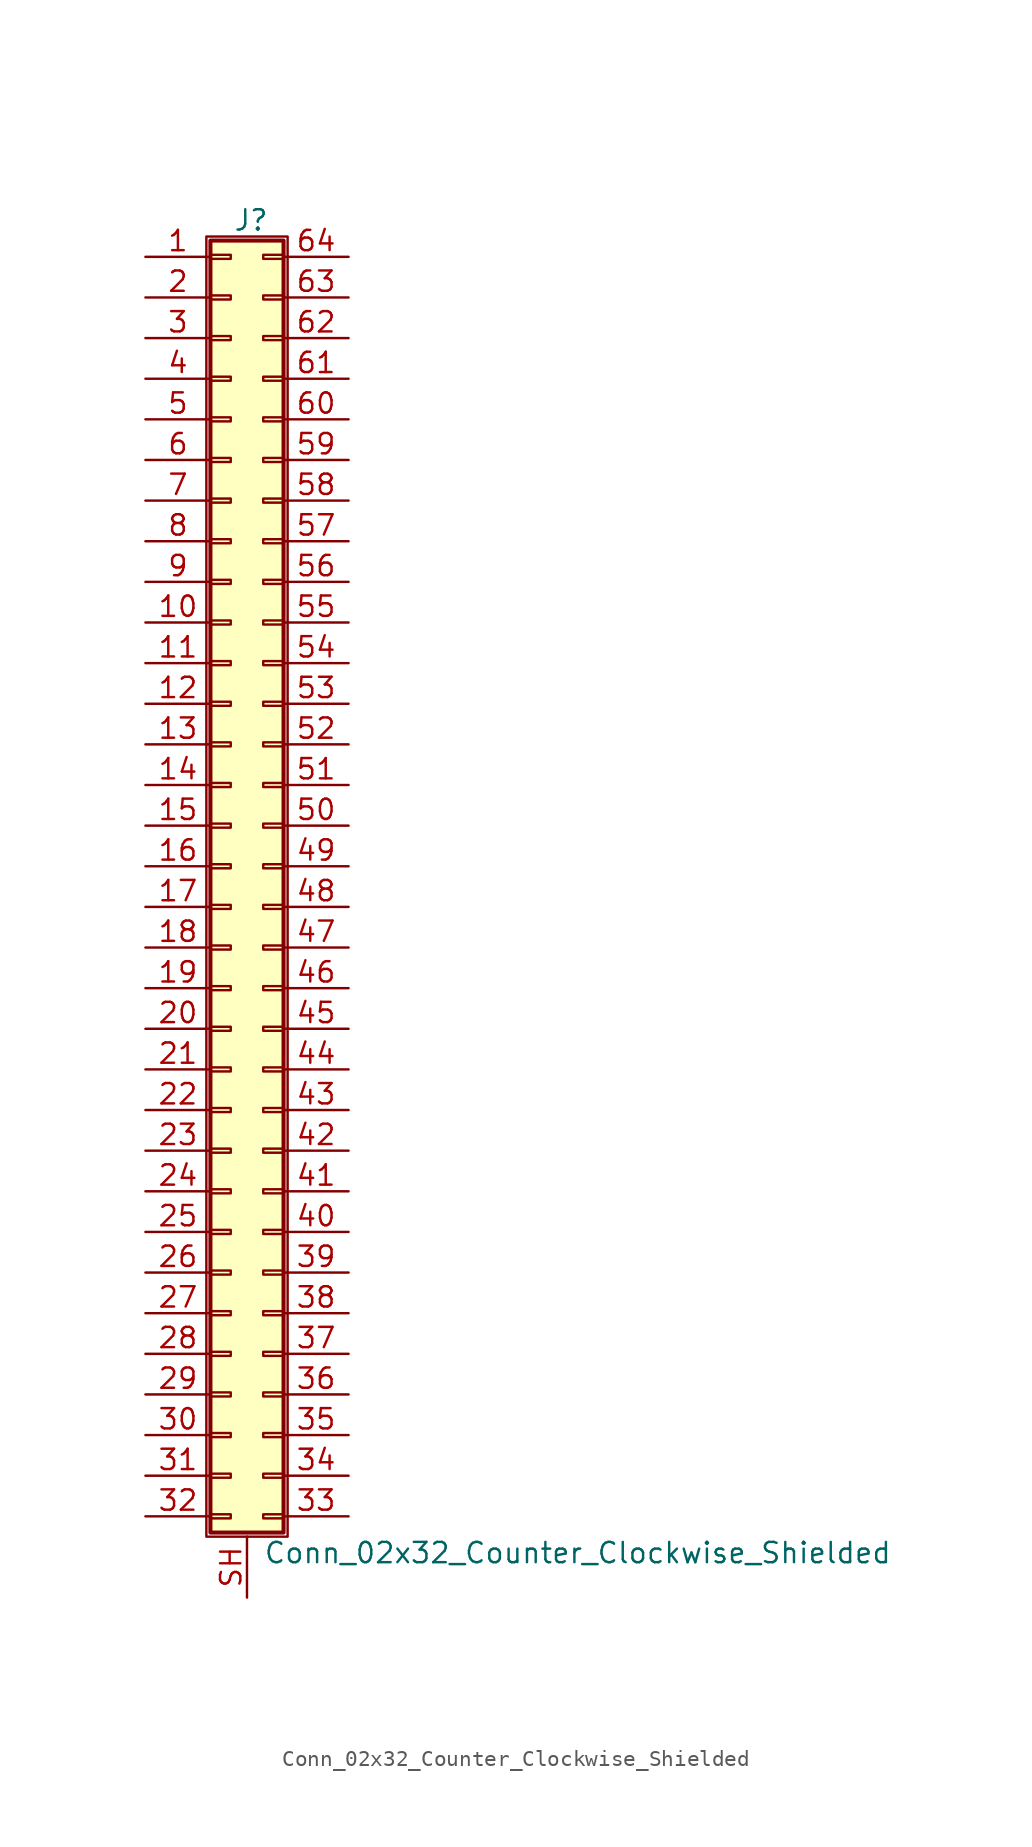
<source format=kicad_sym>
(kicad_symbol_lib
  (version 20201005)
  (generator kicad_symbol_editor)
  (symbol "Connector_Generic_Shielded:Conn_02x32_Counter_Clockwise_Shielded"
    (pin_names
      (offset 1.016) hide)
    (property "Reference" "J"
      (at 1.524 40.386 0)
      (effects (font (size 1.27 1.27))))
    (property "Value" "Conn_02x32_Counter_Clockwise_Shielded"
      (at 2.286 -42.926 0)
      (effects (font (size 1.27 1.27)) (justify left)))
    (symbol "Conn_02x32_Counter_Clockwise_Shielded_1_1"
      (rectangle (start -1.016 -27.813) (end 0.254 -28.067) (stroke (width 0.152)) (fill (type none)))
      (rectangle (start -1.016 -30.353) (end 0.254 -30.607) (stroke (width 0.152)) (fill (type none)))
      (rectangle (start -1.016 -32.893) (end 0.254 -33.147) (stroke (width 0.152)) (fill (type none)))
      (rectangle (start -1.016 -35.433) (end 0.254 -35.687) (stroke (width 0.152)) (fill (type none)))
      (rectangle (start -1.016 -37.973) (end 0.254 -38.227) (stroke (width 0.152)) (fill (type none)))
      (rectangle (start -1.016 -40.513) (end 0.254 -40.767) (stroke (width 0.152)) (fill (type none)))
      (rectangle (start -1.016 -4.953) (end 0.254 -5.207) (stroke (width 0.152)) (fill (type none)))
      (rectangle (start -1.016 -7.493) (end 0.254 -7.747) (stroke (width 0.152)) (fill (type none)))
      (rectangle (start -1.016 -10.033) (end 0.254 -10.287) (stroke (width 0.152)) (fill (type none)))
      (rectangle (start -1.016 -12.573) (end 0.254 -12.827) (stroke (width 0.152)) (fill (type none)))
      (rectangle (start -1.016 -15.113) (end 0.254 -15.367) (stroke (width 0.152)) (fill (type none)))
      (rectangle (start -1.016 -17.653) (end 0.254 -17.907) (stroke (width 0.152)) (fill (type none)))
      (rectangle (start -1.016 -20.193) (end 0.254 -20.447) (stroke (width 0.152)) (fill (type none)))
      (rectangle (start -1.016 -22.733) (end 0.254 -22.987) (stroke (width 0.152)) (fill (type none)))
      (rectangle (start -1.016 -2.413) (end 0.254 -2.667) (stroke (width 0.152)) (fill (type none)))
      (rectangle (start -1.016 -25.273) (end 0.254 -25.527) (stroke (width 0.152)) (fill (type none)))
      (rectangle (start -1.016 25.527) (end 0.254 25.273) (stroke (width 0.152)) (fill (type none)))
      (rectangle (start -1.016 2.667) (end 0.254 2.413) (stroke (width 0.152)) (fill (type none)))
      (rectangle (start -1.016 28.067) (end 0.254 27.813) (stroke (width 0.152)) (fill (type none)))
      (rectangle (start -1.016 30.607) (end 0.254 30.353) (stroke (width 0.152)) (fill (type none)))
      (rectangle (start -1.016 33.147) (end 0.254 32.893) (stroke (width 0.152)) (fill (type none)))
      (rectangle (start -1.016 35.687) (end 0.254 35.433) (stroke (width 0.152)) (fill (type none)))
      (rectangle (start -1.016 38.227) (end 0.254 37.973) (stroke (width 0.152)) (fill (type none)))
      (rectangle (start -1.016 39.116) (end 3.556 -41.656) (stroke (width 0.254)) (fill (type background)))
      (rectangle (start -1.016 5.207) (end 0.254 4.953) (stroke (width 0.152)) (fill (type none)))
      (rectangle (start -1.016 7.747) (end 0.254 7.493) (stroke (width 0.152)) (fill (type none)))
      (rectangle (start -1.016 10.287) (end 0.254 10.033) (stroke (width 0.152)) (fill (type none)))
      (rectangle (start -1.016 0.127) (end 0.254 -0.127) (stroke (width 0.152)) (fill (type none)))
      (rectangle (start -1.016 12.827) (end 0.254 12.573) (stroke (width 0.152)) (fill (type none)))
      (rectangle (start -1.016 15.367) (end 0.254 15.113) (stroke (width 0.152)) (fill (type none)))
      (rectangle (start -1.016 17.907) (end 0.254 17.653) (stroke (width 0.152)) (fill (type none)))
      (rectangle (start -1.016 20.447) (end 0.254 20.193) (stroke (width 0.152)) (fill (type none)))
      (rectangle (start -1.016 22.987) (end 0.254 22.733) (stroke (width 0.152)) (fill (type none)))
      (rectangle (start -1.27 39.37) (end 3.81 -41.91) (stroke (width 0.152)) (fill (type none)))
      (rectangle (start 3.556 -27.813) (end 2.286 -28.067) (stroke (width 0.152)) (fill (type none)))
      (rectangle (start 3.556 -30.353) (end 2.286 -30.607) (stroke (width 0.152)) (fill (type none)))
      (rectangle (start 3.556 -32.893) (end 2.286 -33.147) (stroke (width 0.152)) (fill (type none)))
      (rectangle (start 3.556 -35.433) (end 2.286 -35.687) (stroke (width 0.152)) (fill (type none)))
      (rectangle (start 3.556 -37.973) (end 2.286 -38.227) (stroke (width 0.152)) (fill (type none)))
      (rectangle (start 3.556 -40.513) (end 2.286 -40.767) (stroke (width 0.152)) (fill (type none)))
      (rectangle (start 3.556 -4.953) (end 2.286 -5.207) (stroke (width 0.152)) (fill (type none)))
      (rectangle (start 3.556 -7.493) (end 2.286 -7.747) (stroke (width 0.152)) (fill (type none)))
      (rectangle (start 3.556 -10.033) (end 2.286 -10.287) (stroke (width 0.152)) (fill (type none)))
      (rectangle (start 3.556 -12.573) (end 2.286 -12.827) (stroke (width 0.152)) (fill (type none)))
      (rectangle (start 3.556 -15.113) (end 2.286 -15.367) (stroke (width 0.152)) (fill (type none)))
      (rectangle (start 3.556 -17.653) (end 2.286 -17.907) (stroke (width 0.152)) (fill (type none)))
      (rectangle (start 3.556 -20.193) (end 2.286 -20.447) (stroke (width 0.152)) (fill (type none)))
      (rectangle (start 3.556 -22.733) (end 2.286 -22.987) (stroke (width 0.152)) (fill (type none)))
      (rectangle (start 3.556 -2.413) (end 2.286 -2.667) (stroke (width 0.152)) (fill (type none)))
      (rectangle (start 3.556 -25.273) (end 2.286 -25.527) (stroke (width 0.152)) (fill (type none)))
      (rectangle (start 3.556 25.527) (end 2.286 25.273) (stroke (width 0.152)) (fill (type none)))
      (rectangle (start 3.556 2.667) (end 2.286 2.413) (stroke (width 0.152)) (fill (type none)))
      (rectangle (start 3.556 28.067) (end 2.286 27.813) (stroke (width 0.152)) (fill (type none)))
      (rectangle (start 3.556 30.607) (end 2.286 30.353) (stroke (width 0.152)) (fill (type none)))
      (rectangle (start 3.556 33.147) (end 2.286 32.893) (stroke (width 0.152)) (fill (type none)))
      (rectangle (start 3.556 35.687) (end 2.286 35.433) (stroke (width 0.152)) (fill (type none)))
      (rectangle (start 3.556 38.227) (end 2.286 37.973) (stroke (width 0.152)) (fill (type none)))
      (rectangle (start 3.556 5.207) (end 2.286 4.953) (stroke (width 0.152)) (fill (type none)))
      (rectangle (start 3.556 7.747) (end 2.286 7.493) (stroke (width 0.152)) (fill (type none)))
      (rectangle (start 3.556 10.287) (end 2.286 10.033) (stroke (width 0.152)) (fill (type none)))
      (rectangle (start 3.556 0.127) (end 2.286 -0.127) (stroke (width 0.152)) (fill (type none)))
      (rectangle (start 3.556 12.827) (end 2.286 12.573) (stroke (width 0.152)) (fill (type none)))
      (rectangle (start 3.556 15.367) (end 2.286 15.113) (stroke (width 0.152)) (fill (type none)))
      (rectangle (start 3.556 17.907) (end 2.286 17.653) (stroke (width 0.152)) (fill (type none)))
      (rectangle (start 3.556 20.447) (end 2.286 20.193) (stroke (width 0.152)) (fill (type none)))
      (rectangle (start 3.556 22.987) (end 2.286 22.733) (stroke (width 0.152)) (fill (type none)))
      (pin passive line (at -5.08 38.1 0) (length 4.064) (name "Pin_1" (effects (font (size 1.27 1.27)))) (number "1" (effects (font (size 1.27 1.27)))))
      (pin passive line (at -5.08 15.24 0) (length 4.064) (name "Pin_10" (effects (font (size 1.27 1.27)))) (number "10" (effects (font (size 1.27 1.27)))))
      (pin passive line (at -5.08 12.7 0) (length 4.064) (name "Pin_11" (effects (font (size 1.27 1.27)))) (number "11" (effects (font (size 1.27 1.27)))))
      (pin passive line (at -5.08 10.16 0) (length 4.064) (name "Pin_12" (effects (font (size 1.27 1.27)))) (number "12" (effects (font (size 1.27 1.27)))))
      (pin passive line (at -5.08 7.62 0) (length 4.064) (name "Pin_13" (effects (font (size 1.27 1.27)))) (number "13" (effects (font (size 1.27 1.27)))))
      (pin passive line (at -5.08 5.08 0) (length 4.064) (name "Pin_14" (effects (font (size 1.27 1.27)))) (number "14" (effects (font (size 1.27 1.27)))))
      (pin passive line (at -5.08 2.54 0) (length 4.064) (name "Pin_15" (effects (font (size 1.27 1.27)))) (number "15" (effects (font (size 1.27 1.27)))))
      (pin passive line (at -5.08 0 0) (length 4.064) (name "Pin_16" (effects (font (size 1.27 1.27)))) (number "16" (effects (font (size 1.27 1.27)))))
      (pin passive line (at -5.08 -2.54 0) (length 4.064) (name "Pin_17" (effects (font (size 1.27 1.27)))) (number "17" (effects (font (size 1.27 1.27)))))
      (pin passive line (at -5.08 -5.08 0) (length 4.064) (name "Pin_18" (effects (font (size 1.27 1.27)))) (number "18" (effects (font (size 1.27 1.27)))))
      (pin passive line (at -5.08 -7.62 0) (length 4.064) (name "Pin_19" (effects (font (size 1.27 1.27)))) (number "19" (effects (font (size 1.27 1.27)))))
      (pin passive line (at -5.08 35.56 0) (length 4.064) (name "Pin_2" (effects (font (size 1.27 1.27)))) (number "2" (effects (font (size 1.27 1.27)))))
      (pin passive line (at -5.08 -10.16 0) (length 4.064) (name "Pin_20" (effects (font (size 1.27 1.27)))) (number "20" (effects (font (size 1.27 1.27)))))
      (pin passive line (at -5.08 -12.7 0) (length 4.064) (name "Pin_21" (effects (font (size 1.27 1.27)))) (number "21" (effects (font (size 1.27 1.27)))))
      (pin passive line (at -5.08 -15.24 0) (length 4.064) (name "Pin_22" (effects (font (size 1.27 1.27)))) (number "22" (effects (font (size 1.27 1.27)))))
      (pin passive line (at -5.08 -17.78 0) (length 4.064) (name "Pin_23" (effects (font (size 1.27 1.27)))) (number "23" (effects (font (size 1.27 1.27)))))
      (pin passive line (at -5.08 -20.32 0) (length 4.064) (name "Pin_24" (effects (font (size 1.27 1.27)))) (number "24" (effects (font (size 1.27 1.27)))))
      (pin passive line (at -5.08 -22.86 0) (length 4.064) (name "Pin_25" (effects (font (size 1.27 1.27)))) (number "25" (effects (font (size 1.27 1.27)))))
      (pin passive line (at -5.08 -25.4 0) (length 4.064) (name "Pin_26" (effects (font (size 1.27 1.27)))) (number "26" (effects (font (size 1.27 1.27)))))
      (pin passive line (at -5.08 -27.94 0) (length 4.064) (name "Pin_27" (effects (font (size 1.27 1.27)))) (number "27" (effects (font (size 1.27 1.27)))))
      (pin passive line (at -5.08 -30.48 0) (length 4.064) (name "Pin_28" (effects (font (size 1.27 1.27)))) (number "28" (effects (font (size 1.27 1.27)))))
      (pin passive line (at -5.08 -33.02 0) (length 4.064) (name "Pin_29" (effects (font (size 1.27 1.27)))) (number "29" (effects (font (size 1.27 1.27)))))
      (pin passive line (at -5.08 33.02 0) (length 4.064) (name "Pin_3" (effects (font (size 1.27 1.27)))) (number "3" (effects (font (size 1.27 1.27)))))
      (pin passive line (at -5.08 -35.56 0) (length 4.064) (name "Pin_30" (effects (font (size 1.27 1.27)))) (number "30" (effects (font (size 1.27 1.27)))))
      (pin passive line (at -5.08 -38.1 0) (length 4.064) (name "Pin_31" (effects (font (size 1.27 1.27)))) (number "31" (effects (font (size 1.27 1.27)))))
      (pin passive line (at -5.08 -40.64 0) (length 4.064) (name "Pin_32" (effects (font (size 1.27 1.27)))) (number "32" (effects (font (size 1.27 1.27)))))
      (pin passive line (at 7.62 -40.64 180) (length 4.064) (name "Pin_33" (effects (font (size 1.27 1.27)))) (number "33" (effects (font (size 1.27 1.27)))))
      (pin passive line (at 7.62 -38.1 180) (length 4.064) (name "Pin_34" (effects (font (size 1.27 1.27)))) (number "34" (effects (font (size 1.27 1.27)))))
      (pin passive line (at 7.62 -35.56 180) (length 4.064) (name "Pin_35" (effects (font (size 1.27 1.27)))) (number "35" (effects (font (size 1.27 1.27)))))
      (pin passive line (at 7.62 -33.02 180) (length 4.064) (name "Pin_36" (effects (font (size 1.27 1.27)))) (number "36" (effects (font (size 1.27 1.27)))))
      (pin passive line (at 7.62 -30.48 180) (length 4.064) (name "Pin_37" (effects (font (size 1.27 1.27)))) (number "37" (effects (font (size 1.27 1.27)))))
      (pin passive line (at 7.62 -27.94 180) (length 4.064) (name "Pin_38" (effects (font (size 1.27 1.27)))) (number "38" (effects (font (size 1.27 1.27)))))
      (pin passive line (at 7.62 -25.4 180) (length 4.064) (name "Pin_39" (effects (font (size 1.27 1.27)))) (number "39" (effects (font (size 1.27 1.27)))))
      (pin passive line (at -5.08 30.48 0) (length 4.064) (name "Pin_4" (effects (font (size 1.27 1.27)))) (number "4" (effects (font (size 1.27 1.27)))))
      (pin passive line (at 7.62 -22.86 180) (length 4.064) (name "Pin_40" (effects (font (size 1.27 1.27)))) (number "40" (effects (font (size 1.27 1.27)))))
      (pin passive line (at 7.62 -20.32 180) (length 4.064) (name "Pin_41" (effects (font (size 1.27 1.27)))) (number "41" (effects (font (size 1.27 1.27)))))
      (pin passive line (at 7.62 -17.78 180) (length 4.064) (name "Pin_42" (effects (font (size 1.27 1.27)))) (number "42" (effects (font (size 1.27 1.27)))))
      (pin passive line (at 7.62 -15.24 180) (length 4.064) (name "Pin_43" (effects (font (size 1.27 1.27)))) (number "43" (effects (font (size 1.27 1.27)))))
      (pin passive line (at 7.62 -12.7 180) (length 4.064) (name "Pin_44" (effects (font (size 1.27 1.27)))) (number "44" (effects (font (size 1.27 1.27)))))
      (pin passive line (at 7.62 -10.16 180) (length 4.064) (name "Pin_45" (effects (font (size 1.27 1.27)))) (number "45" (effects (font (size 1.27 1.27)))))
      (pin passive line (at 7.62 -7.62 180) (length 4.064) (name "Pin_46" (effects (font (size 1.27 1.27)))) (number "46" (effects (font (size 1.27 1.27)))))
      (pin passive line (at 7.62 -5.08 180) (length 4.064) (name "Pin_47" (effects (font (size 1.27 1.27)))) (number "47" (effects (font (size 1.27 1.27)))))
      (pin passive line (at 7.62 -2.54 180) (length 4.064) (name "Pin_48" (effects (font (size 1.27 1.27)))) (number "48" (effects (font (size 1.27 1.27)))))
      (pin passive line (at 7.62 0 180) (length 4.064) (name "Pin_49" (effects (font (size 1.27 1.27)))) (number "49" (effects (font (size 1.27 1.27)))))
      (pin passive line (at -5.08 27.94 0) (length 4.064) (name "Pin_5" (effects (font (size 1.27 1.27)))) (number "5" (effects (font (size 1.27 1.27)))))
      (pin passive line (at 7.62 2.54 180) (length 4.064) (name "Pin_50" (effects (font (size 1.27 1.27)))) (number "50" (effects (font (size 1.27 1.27)))))
      (pin passive line (at 7.62 5.08 180) (length 4.064) (name "Pin_51" (effects (font (size 1.27 1.27)))) (number "51" (effects (font (size 1.27 1.27)))))
      (pin passive line (at 7.62 7.62 180) (length 4.064) (name "Pin_52" (effects (font (size 1.27 1.27)))) (number "52" (effects (font (size 1.27 1.27)))))
      (pin passive line (at 7.62 10.16 180) (length 4.064) (name "Pin_53" (effects (font (size 1.27 1.27)))) (number "53" (effects (font (size 1.27 1.27)))))
      (pin passive line (at 7.62 12.7 180) (length 4.064) (name "Pin_54" (effects (font (size 1.27 1.27)))) (number "54" (effects (font (size 1.27 1.27)))))
      (pin passive line (at 7.62 15.24 180) (length 4.064) (name "Pin_55" (effects (font (size 1.27 1.27)))) (number "55" (effects (font (size 1.27 1.27)))))
      (pin passive line (at 7.62 17.78 180) (length 4.064) (name "Pin_56" (effects (font (size 1.27 1.27)))) (number "56" (effects (font (size 1.27 1.27)))))
      (pin passive line (at 7.62 20.32 180) (length 4.064) (name "Pin_57" (effects (font (size 1.27 1.27)))) (number "57" (effects (font (size 1.27 1.27)))))
      (pin passive line (at 7.62 22.86 180) (length 4.064) (name "Pin_58" (effects (font (size 1.27 1.27)))) (number "58" (effects (font (size 1.27 1.27)))))
      (pin passive line (at 7.62 25.4 180) (length 4.064) (name "Pin_59" (effects (font (size 1.27 1.27)))) (number "59" (effects (font (size 1.27 1.27)))))
      (pin passive line (at -5.08 25.4 0) (length 4.064) (name "Pin_6" (effects (font (size 1.27 1.27)))) (number "6" (effects (font (size 1.27 1.27)))))
      (pin passive line (at 7.62 27.94 180) (length 4.064) (name "Pin_60" (effects (font (size 1.27 1.27)))) (number "60" (effects (font (size 1.27 1.27)))))
      (pin passive line (at 7.62 30.48 180) (length 4.064) (name "Pin_61" (effects (font (size 1.27 1.27)))) (number "61" (effects (font (size 1.27 1.27)))))
      (pin passive line (at 7.62 33.02 180) (length 4.064) (name "Pin_62" (effects (font (size 1.27 1.27)))) (number "62" (effects (font (size 1.27 1.27)))))
      (pin passive line (at 7.62 35.56 180) (length 4.064) (name "Pin_63" (effects (font (size 1.27 1.27)))) (number "63" (effects (font (size 1.27 1.27)))))
      (pin passive line (at 7.62 38.1 180) (length 4.064) (name "Pin_64" (effects (font (size 1.27 1.27)))) (number "64" (effects (font (size 1.27 1.27)))))
      (pin passive line (at -5.08 22.86 0) (length 4.064) (name "Pin_7" (effects (font (size 1.27 1.27)))) (number "7" (effects (font (size 1.27 1.27)))))
      (pin passive line (at -5.08 20.32 0) (length 4.064) (name "Pin_8" (effects (font (size 1.27 1.27)))) (number "8" (effects (font (size 1.27 1.27)))))
      (pin passive line (at -5.08 17.78 0) (length 4.064) (name "Pin_9" (effects (font (size 1.27 1.27)))) (number "9" (effects (font (size 1.27 1.27)))))
      (pin passive line (at 1.27 -45.72 90) (length 3.81) (name "Shield" (effects (font (size 1.27 1.27)))) (number "SH" (effects (font (size 1.27 1.27))))))))
</source>
